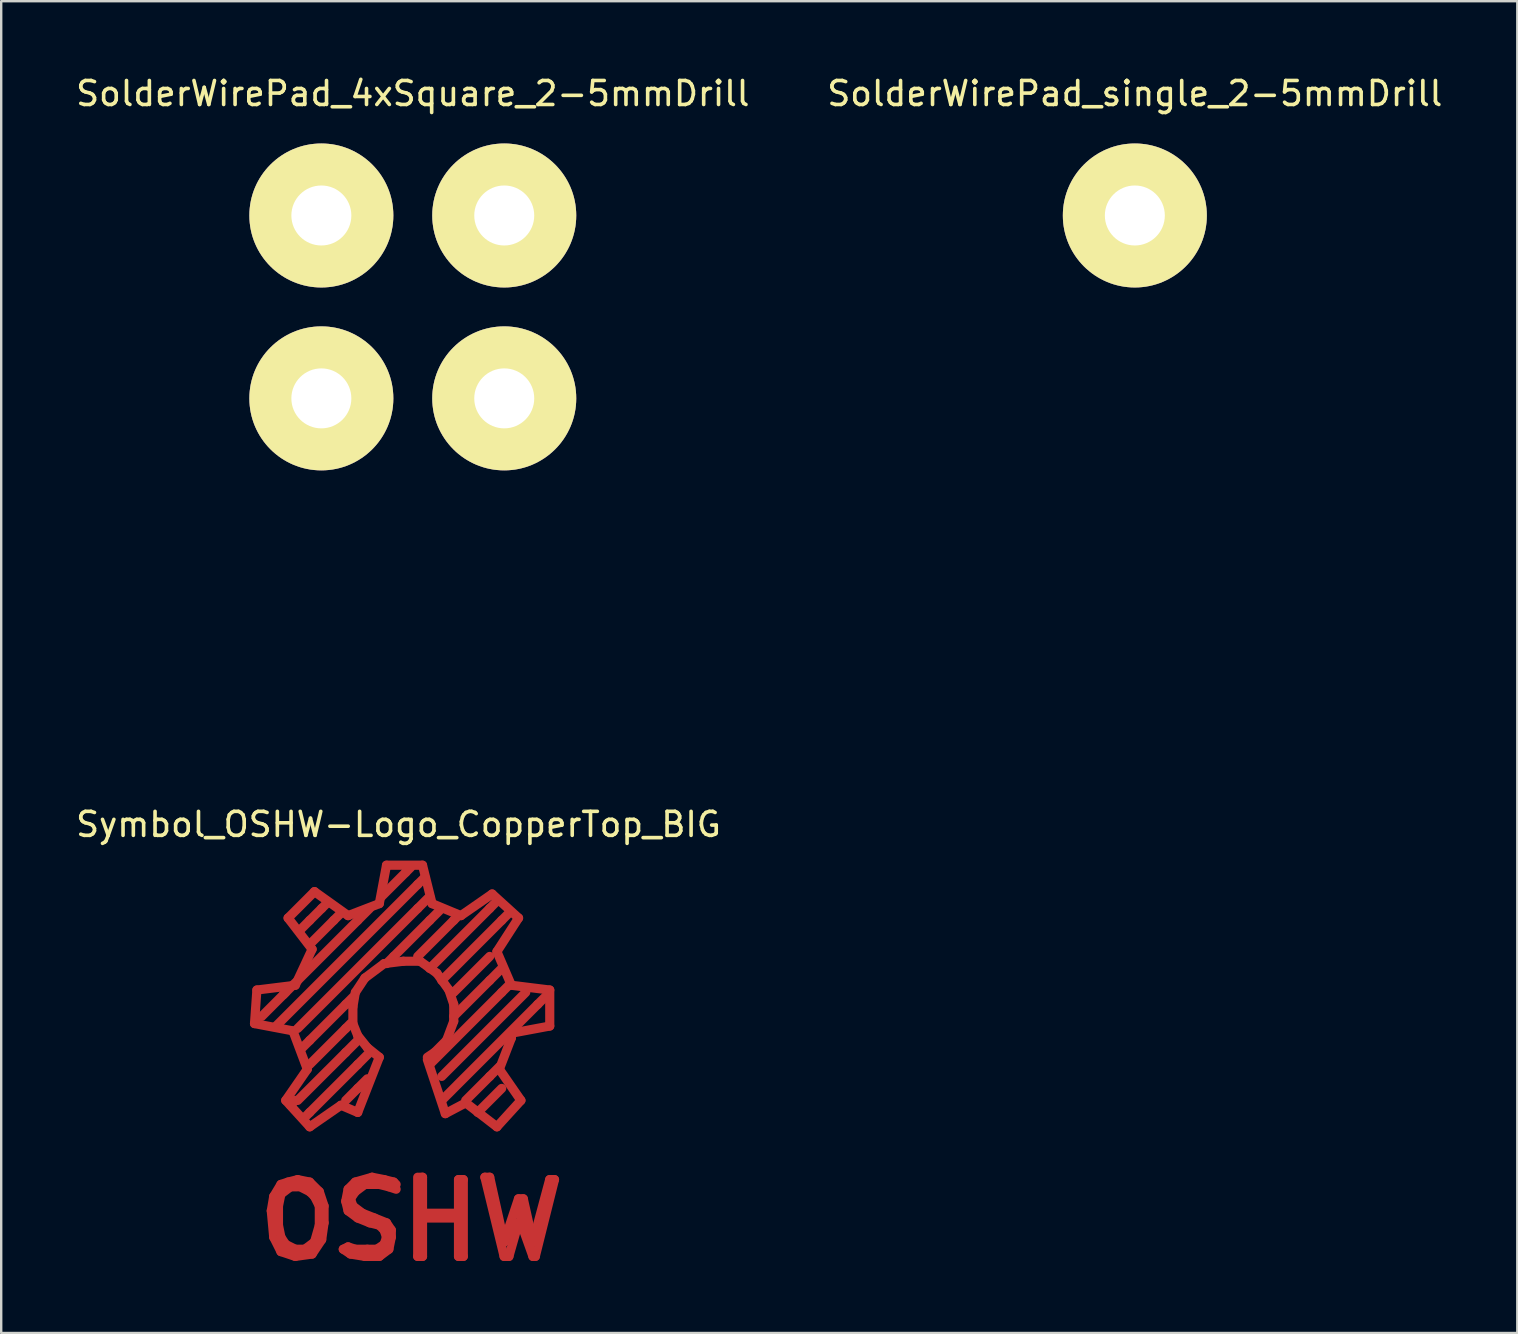
<source format=kicad_pcb>
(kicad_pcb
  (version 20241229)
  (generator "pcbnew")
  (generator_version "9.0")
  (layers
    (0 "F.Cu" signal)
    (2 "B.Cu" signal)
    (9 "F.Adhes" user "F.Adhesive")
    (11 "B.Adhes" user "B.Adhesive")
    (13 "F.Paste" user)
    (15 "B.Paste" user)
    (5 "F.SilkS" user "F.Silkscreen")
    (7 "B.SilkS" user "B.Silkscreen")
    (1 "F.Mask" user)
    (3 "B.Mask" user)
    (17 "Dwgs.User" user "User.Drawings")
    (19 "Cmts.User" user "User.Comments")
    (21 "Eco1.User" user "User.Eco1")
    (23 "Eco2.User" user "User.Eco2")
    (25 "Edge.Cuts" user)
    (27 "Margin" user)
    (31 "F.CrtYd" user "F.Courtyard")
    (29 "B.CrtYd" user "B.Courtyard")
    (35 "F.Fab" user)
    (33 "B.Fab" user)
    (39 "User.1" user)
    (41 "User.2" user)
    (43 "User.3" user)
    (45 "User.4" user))
  (footprint "Symbol_OSHW-Logo_CopperTop_BIG"
    (layer "F.Cu")
    (at 13.853 19.798)
    (property "Reference" "Symbol_OSHW-Logo_CopperTop_BIG" (at -0.3 11.501 0) (layer "F.SilkS") (effects (font (size 1 1) (thickness 0.15))))
    (attr through_hole)
    (fp_line (start -6.299 19.799) (end -4.699 20.102) (stroke (width 0.381) (type solid)) (layer "F.Cu"))
    (fp_line (start -6.2 18.4) (end -6.299 19.799) (stroke (width 0.381) (type solid)) (layer "F.Cu"))
    (fp_line (start -5.601 27.6) (end -5.499 28.699) (stroke (width 0.381) (type solid)) (layer "F.Cu"))
    (fp_line (start -5.499 27) (end -5.601 27.6) (stroke (width 0.381) (type solid)) (layer "F.Cu"))
    (fp_line (start -5.499 28.699) (end -5.199 29.299) (stroke (width 0.381) (type solid)) (layer "F.Cu"))
    (fp_line (start -5.301 27.399) (end -5.301 28.199) (stroke (width 0.381) (type solid)) (layer "F.Cu"))
    (fp_line (start -5.301 28.199) (end -5.199 28.699) (stroke (width 0.381) (type solid)) (layer "F.Cu"))
    (fp_line (start -5.199 26.5) (end -5.499 27) (stroke (width 0.381) (type solid)) (layer "F.Cu"))
    (fp_line (start -5.199 26.901) (end -5.301 27.399) (stroke (width 0.381) (type solid)) (layer "F.Cu"))
    (fp_line (start -5.199 28.699) (end -5.001 28.999) (stroke (width 0.381) (type solid)) (layer "F.Cu"))
    (fp_line (start -5.199 29.299) (end -4.6 29.5) (stroke (width 0.381) (type solid)) (layer "F.Cu"))
    (fp_line (start -5.1 18.6) (end -4.6 18.1) (stroke (width 0.381) (type solid)) (layer "F.Cu"))
    (fp_line (start -5.001 18.499) (end -5.999 19.5) (stroke (width 0.381) (type solid)) (layer "F.Cu"))
    (fp_line (start -5.001 28.999) (end -4.6 29.2) (stroke (width 0.381) (type solid)) (layer "F.Cu"))
    (fp_line (start -4.999 23) (end -3.998 24.1) (stroke (width 0.381) (type solid)) (layer "F.Cu"))
    (fp_line (start -4.9 15.4) (end -3.899 16.701) (stroke (width 0.381) (type solid)) (layer "F.Cu"))
    (fp_line (start -4.9 26.401) (end -5.199 26.5) (stroke (width 0.381) (type solid)) (layer "F.Cu"))
    (fp_line (start -4.801 26.599) (end -5.199 26.901) (stroke (width 0.381) (type solid)) (layer "F.Cu"))
    (fp_line (start -4.699 20.102) (end -4.1 21.699) (stroke (width 0.381) (type solid)) (layer "F.Cu"))
    (fp_line (start -4.6 18.202) (end -6.2 18.4) (stroke (width 0.381) (type solid)) (layer "F.Cu"))
    (fp_line (start -4.6 23) (end -4.801 23.2) (stroke (width 0.381) (type solid)) (layer "F.Cu"))
    (fp_line (start -4.6 29.2) (end -4.201 29.2) (stroke (width 0.381) (type solid)) (layer "F.Cu"))
    (fp_line (start -4.6 29.5) (end -3.899 29.401) (stroke (width 0.381) (type solid)) (layer "F.Cu"))
    (fp_line (start -4.501 26.299) (end -4.9 26.401) (stroke (width 0.381) (type solid)) (layer "F.Cu"))
    (fp_line (start -4.501 26.599) (end -4.801 26.599) (stroke (width 0.381) (type solid)) (layer "F.Cu"))
    (fp_line (start -4.201 29.2) (end -3.8 28.9) (stroke (width 0.381) (type solid)) (layer "F.Cu"))
    (fp_line (start -4.1 21.699) (end -4.999 23) (stroke (width 0.381) (type solid)) (layer "F.Cu"))
    (fp_line (start -4 15.499) (end -4.399 15.9) (stroke (width 0.381) (type solid)) (layer "F.Cu"))
    (fp_line (start -4 20.5) (end -4.3 20.8) (stroke (width 0.381) (type solid)) (layer "F.Cu"))
    (fp_line (start -4 23.5) (end -4.201 23.701) (stroke (width 0.381) (type solid)) (layer "F.Cu"))
    (fp_line (start -4 26.401) (end -4.501 26.299) (stroke (width 0.381) (type solid)) (layer "F.Cu"))
    (fp_line (start -4 26.8) (end -4.399 26.599) (stroke (width 0.381) (type solid)) (layer "F.Cu"))
    (fp_line (start -3.998 24.1) (end -2.7 23.2) (stroke (width 0.381) (type solid)) (layer "F.Cu"))
    (fp_line (start -3.899 16.701) (end -4.6 18.202) (stroke (width 0.381) (type solid)) (layer "F.Cu"))
    (fp_line (start -3.899 29.401) (end -3.5 28.801) (stroke (width 0.381) (type solid)) (layer "F.Cu"))
    (fp_line (start -3.8 14.3) (end -4.9 15.4) (stroke (width 0.381) (type solid)) (layer "F.Cu"))
    (fp_line (start -3.8 27) (end -4 26.8) (stroke (width 0.381) (type solid)) (layer "F.Cu"))
    (fp_line (start -3.8 28.9) (end -3.599 28.199) (stroke (width 0.381) (type solid)) (layer "F.Cu"))
    (fp_line (start -3.599 26.8) (end -4 26.401) (stroke (width 0.381) (type solid)) (layer "F.Cu"))
    (fp_line (start -3.599 27.399) (end -3.8 27) (stroke (width 0.381) (type solid)) (layer "F.Cu"))
    (fp_line (start -3.599 28.199) (end -3.599 27.399) (stroke (width 0.381) (type solid)) (layer "F.Cu"))
    (fp_line (start -3.5 15.001) (end -4 15.499) (stroke (width 0.381) (type solid)) (layer "F.Cu"))
    (fp_line (start -3.5 15.001) (end -3.299 14.801) (stroke (width 0.381) (type solid)) (layer "F.Cu"))
    (fp_line (start -3.5 28.801) (end -3.401 28.1) (stroke (width 0.381) (type solid)) (layer "F.Cu"))
    (fp_line (start -3.401 27.399) (end -3.599 26.8) (stroke (width 0.381) (type solid)) (layer "F.Cu"))
    (fp_line (start -3.401 28.1) (end -3.401 27.399) (stroke (width 0.381) (type solid)) (layer "F.Cu"))
    (fp_line (start -3 15.499) (end -4 16.5) (stroke (width 0.381) (type solid)) (layer "F.Cu"))
    (fp_line (start -3 15.499) (end -2.7 15.199) (stroke (width 0.381) (type solid)) (layer "F.Cu"))
    (fp_line (start -2.7 23.2) (end -1.999 23.5) (stroke (width 0.381) (type solid)) (layer "F.Cu"))
    (fp_line (start -2.601 29.2) (end -2.301 29.401) (stroke (width 0.381) (type solid)) (layer "F.Cu"))
    (fp_line (start -2.499 18.999) (end -4 20.5) (stroke (width 0.381) (type solid)) (layer "F.Cu"))
    (fp_line (start -2.499 18.999) (end -2.2 18.699) (stroke (width 0.381) (type solid)) (layer "F.Cu"))
    (fp_line (start -2.499 20) (end -4 21.501) (stroke (width 0.381) (type solid)) (layer "F.Cu"))
    (fp_line (start -2.499 20) (end -2.301 19.799) (stroke (width 0.381) (type solid)) (layer "F.Cu"))
    (fp_line (start -2.499 21.001) (end -4.501 23) (stroke (width 0.381) (type solid)) (layer "F.Cu"))
    (fp_line (start -2.499 21.001) (end -1.999 20.5) (stroke (width 0.381) (type solid)) (layer "F.Cu"))
    (fp_line (start -2.499 27.201) (end -2.4 27.6) (stroke (width 0.381) (type solid)) (layer "F.Cu"))
    (fp_line (start -2.4 15.301) (end -3.8 14.3) (stroke (width 0.381) (type solid)) (layer "F.Cu"))
    (fp_line (start -2.4 26.7) (end -2.499 27.201) (stroke (width 0.381) (type solid)) (layer "F.Cu"))
    (fp_line (start -2.4 27.6) (end -1.999 27.899) (stroke (width 0.381) (type solid)) (layer "F.Cu"))
    (fp_line (start -2.4 29.101) (end -2.601 29.2) (stroke (width 0.381) (type solid)) (layer "F.Cu"))
    (fp_line (start -2.301 27.099) (end -2.101 26.8) (stroke (width 0.381) (type solid)) (layer "F.Cu"))
    (fp_line (start -2.301 29.401) (end -1.699 29.5) (stroke (width 0.381) (type solid)) (layer "F.Cu"))
    (fp_line (start -2.2 19.101) (end -2.098 18.501) (stroke (width 0.381) (type solid)) (layer "F.Cu"))
    (fp_line (start -2.2 19.799) (end -2.2 19.101) (stroke (width 0.381) (type solid)) (layer "F.Cu"))
    (fp_line (start -2.2 27.399) (end -2.301 27.099) (stroke (width 0.381) (type solid)) (layer "F.Cu"))
    (fp_line (start -2.101 26.401) (end -2.4 26.7) (stroke (width 0.381) (type solid)) (layer "F.Cu"))
    (fp_line (start -2.101 26.8) (end -1.699 26.5) (stroke (width 0.381) (type solid)) (layer "F.Cu"))
    (fp_line (start -2.101 29.2) (end -2.4 29.101) (stroke (width 0.381) (type solid)) (layer "F.Cu"))
    (fp_line (start -2.098 18.501) (end -1.699 17.899) (stroke (width 0.381) (type solid)) (layer "F.Cu"))
    (fp_line (start -1.999 15.499) (end -4.501 18.001) (stroke (width 0.381) (type solid)) (layer "F.Cu"))
    (fp_line (start -1.999 15.499) (end -1.501 15.001) (stroke (width 0.381) (type solid)) (layer "F.Cu"))
    (fp_line (start -1.999 20.3) (end -2.2 19.799) (stroke (width 0.381) (type solid)) (layer "F.Cu"))
    (fp_line (start -1.999 21.501) (end -4 23.5) (stroke (width 0.381) (type solid)) (layer "F.Cu"))
    (fp_line (start -1.999 21.501) (end -1.501 21.001) (stroke (width 0.381) (type solid)) (layer "F.Cu"))
    (fp_line (start -1.999 22.499) (end -2.499 23) (stroke (width 0.381) (type solid)) (layer "F.Cu"))
    (fp_line (start -1.999 22.499) (end -1.6 22.101) (stroke (width 0.381) (type solid)) (layer "F.Cu"))
    (fp_line (start -1.999 23.5) (end -1.1 21.201) (stroke (width 0.381) (type solid)) (layer "F.Cu"))
    (fp_line (start -1.999 27.899) (end -1.501 28.1) (stroke (width 0.381) (type solid)) (layer "F.Cu"))
    (fp_line (start -1.801 27.701) (end -2.2 27.399) (stroke (width 0.381) (type solid)) (layer "F.Cu"))
    (fp_line (start -1.699 17.899) (end -0.899 17.3) (stroke (width 0.381) (type solid)) (layer "F.Cu"))
    (fp_line (start -1.699 26.5) (end -1.1 26.5) (stroke (width 0.381) (type solid)) (layer "F.Cu"))
    (fp_line (start -1.699 29.5) (end -1.1 29.5) (stroke (width 0.381) (type solid)) (layer "F.Cu"))
    (fp_line (start -1.6 20.8) (end -1.999 20.3) (stroke (width 0.381) (type solid)) (layer "F.Cu"))
    (fp_line (start -1.6 29.2) (end -2.101 29.2) (stroke (width 0.381) (type solid)) (layer "F.Cu"))
    (fp_line (start -1.501 28.1) (end -1.1 28.199) (stroke (width 0.381) (type solid)) (layer "F.Cu"))
    (fp_line (start -1.4 26.2) (end -2.101 26.401) (stroke (width 0.381) (type solid)) (layer "F.Cu"))
    (fp_line (start -1.3 27.899) (end -1.801 27.701) (stroke (width 0.381) (type solid)) (layer "F.Cu"))
    (fp_line (start -1.199 29.2) (end -1.6 29.2) (stroke (width 0.381) (type solid)) (layer "F.Cu"))
    (fp_line (start -1.1 14.801) (end -2.4 15.301) (stroke (width 0.381) (type solid)) (layer "F.Cu"))
    (fp_line (start -1.1 21.201) (end -1.6 20.8) (stroke (width 0.381) (type solid)) (layer "F.Cu"))
    (fp_line (start -1.1 26.5) (end -0.701 26.599) (stroke (width 0.381) (type solid)) (layer "F.Cu"))
    (fp_line (start -1.1 28.199) (end -0.899 28.4) (stroke (width 0.381) (type solid)) (layer "F.Cu"))
    (fp_line (start -1.1 29.5) (end -0.701 29.2) (stroke (width 0.381) (type solid)) (layer "F.Cu"))
    (fp_line (start -0.899 17.3) (end -0.099 17.201) (stroke (width 0.381) (type solid)) (layer "F.Cu"))
    (fp_line (start -0.899 26.299) (end -1.4 26.2) (stroke (width 0.381) (type solid)) (layer "F.Cu"))
    (fp_line (start -0.899 28.4) (end -0.8 28.699) (stroke (width 0.381) (type solid)) (layer "F.Cu"))
    (fp_line (start -0.899 28.999) (end -1.199 29.2) (stroke (width 0.381) (type solid)) (layer "F.Cu"))
    (fp_line (start -0.8 13.2) (end -1.1 14.801) (stroke (width 0.381) (type solid)) (layer "F.Cu"))
    (fp_line (start -0.8 28.1) (end -1.3 27.899) (stroke (width 0.381) (type solid)) (layer "F.Cu"))
    (fp_line (start -0.8 28.699) (end -0.899 28.999) (stroke (width 0.381) (type solid)) (layer "F.Cu"))
    (fp_line (start -0.701 26.599) (end -0.399 26.7) (stroke (width 0.381) (type solid)) (layer "F.Cu"))
    (fp_line (start -0.701 29.2) (end -0.599 28.699) (stroke (width 0.381) (type solid)) (layer "F.Cu"))
    (fp_line (start -0.599 28.4) (end -0.8 28.1) (stroke (width 0.381) (type solid)) (layer "F.Cu"))
    (fp_line (start -0.599 28.699) (end -0.599 28.4) (stroke (width 0.381) (type solid)) (layer "F.Cu"))
    (fp_line (start -0.5 17) (end -0.8 17.3) (stroke (width 0.381) (type solid)) (layer "F.Cu"))
    (fp_line (start -0.5 26.401) (end -0.899 26.299) (stroke (width 0.381) (type solid)) (layer "F.Cu"))
    (fp_line (start -0.399 26.5) (end -0.5 26.401) (stroke (width 0.381) (type solid)) (layer "F.Cu"))
    (fp_line (start -0.099 17.201) (end 0.602 17.201) (stroke (width 0.381) (type solid)) (layer "F.Cu"))
    (fp_line (start 0 13.5) (end -1.001 14.501) (stroke (width 0.381) (type solid)) (layer "F.Cu"))
    (fp_line (start 0 13.5) (end 0.201 13.299) (stroke (width 0.381) (type solid)) (layer "F.Cu"))
    (fp_line (start 0.5 14) (end -5.4 19.901) (stroke (width 0.381) (type solid)) (layer "F.Cu"))
    (fp_line (start 0.5 14) (end 0.8 13.701) (stroke (width 0.381) (type solid)) (layer "F.Cu"))
    (fp_line (start 0.5 15.001) (end -4.501 20) (stroke (width 0.381) (type solid)) (layer "F.Cu"))
    (fp_line (start 0.5 15.001) (end 1.001 14.501) (stroke (width 0.381) (type solid)) (layer "F.Cu"))
    (fp_line (start 0.5 26.2) (end 0.5 29.5) (stroke (width 0.381) (type solid)) (layer "F.Cu"))
    (fp_line (start 0.5 29.5) (end 0.701 29.5) (stroke (width 0.381) (type solid)) (layer "F.Cu"))
    (fp_line (start 0.599 27.701) (end 2.101 27.701) (stroke (width 0.381) (type solid)) (layer "F.Cu"))
    (fp_line (start 0.602 17.201) (end 1.3 17.701) (stroke (width 0.381) (type solid)) (layer "F.Cu"))
    (fp_line (start 0.701 13.2) (end -0.8 13.2) (stroke (width 0.381) (type solid)) (layer "F.Cu"))
    (fp_line (start 0.701 26.2) (end 0.599 26.2) (stroke (width 0.381) (type solid)) (layer "F.Cu"))
    (fp_line (start 0.701 29.5) (end 0.701 26.2) (stroke (width 0.381) (type solid)) (layer "F.Cu"))
    (fp_line (start 0.902 21.3) (end 1.651 23.551) (stroke (width 0.381) (type solid)) (layer "F.Cu"))
    (fp_line (start 1.001 15.499) (end -0.5 17) (stroke (width 0.381) (type solid)) (layer "F.Cu"))
    (fp_line (start 1.001 15.499) (end 1.4 15.1) (stroke (width 0.381) (type solid)) (layer "F.Cu"))
    (fp_line (start 1.1 14.801) (end 0.701 13.2) (stroke (width 0.381) (type solid)) (layer "F.Cu"))
    (fp_line (start 1.201 21.001) (end 0.902 21.201) (stroke (width 0.381) (type solid)) (layer "F.Cu"))
    (fp_line (start 1.3 17.701) (end 1.801 18.4) (stroke (width 0.381) (type solid)) (layer "F.Cu"))
    (fp_line (start 1.651 23.551) (end 2.502 23.101) (stroke (width 0.381) (type solid)) (layer "F.Cu"))
    (fp_line (start 1.702 20.5) (end 1.201 21.001) (stroke (width 0.381) (type solid)) (layer "F.Cu"))
    (fp_line (start 1.801 18.4) (end 2.002 18.999) (stroke (width 0.381) (type solid)) (layer "F.Cu"))
    (fp_line (start 1.999 15.499) (end 0.5 17) (stroke (width 0.381) (type solid)) (layer "F.Cu"))
    (fp_line (start 1.999 15.499) (end 2.101 15.4) (stroke (width 0.381) (type solid)) (layer "F.Cu"))
    (fp_line (start 2.002 18.999) (end 2.002 19.7) (stroke (width 0.381) (type solid)) (layer "F.Cu"))
    (fp_line (start 2.002 19.7) (end 1.702 20.5) (stroke (width 0.381) (type solid)) (layer "F.Cu"))
    (fp_line (start 2.101 27.701) (end 2.101 27.899) (stroke (width 0.381) (type solid)) (layer "F.Cu"))
    (fp_line (start 2.101 27.899) (end 0.701 27.899) (stroke (width 0.381) (type solid)) (layer "F.Cu"))
    (fp_line (start 2.2 26.299) (end 2.2 29.5) (stroke (width 0.381) (type solid)) (layer "F.Cu"))
    (fp_line (start 2.2 29.5) (end 2.4 29.5) (stroke (width 0.381) (type solid)) (layer "F.Cu"))
    (fp_line (start 2.301 15.301) (end 1.1 14.801) (stroke (width 0.381) (type solid)) (layer "F.Cu"))
    (fp_line (start 2.4 26.299) (end 2.2 26.299) (stroke (width 0.381) (type solid)) (layer "F.Cu"))
    (fp_line (start 2.4 29.5) (end 2.4 26.299) (stroke (width 0.381) (type solid)) (layer "F.Cu"))
    (fp_line (start 2.502 23.101) (end 3.8 24.1) (stroke (width 0.381) (type solid)) (layer "F.Cu"))
    (fp_line (start 3.299 26.2) (end 4.1 29.5) (stroke (width 0.381) (type solid)) (layer "F.Cu"))
    (fp_line (start 3.5 15.001) (end 1.001 17.501) (stroke (width 0.381) (type solid)) (layer "F.Cu"))
    (fp_line (start 3.5 15.001) (end 3.8 14.699) (stroke (width 0.381) (type solid)) (layer "F.Cu"))
    (fp_line (start 3.5 17) (end 1.999 18.499) (stroke (width 0.381) (type solid)) (layer "F.Cu"))
    (fp_line (start 3.5 18.001) (end 1.999 19.5) (stroke (width 0.381) (type solid)) (layer "F.Cu"))
    (fp_line (start 3.5 18.001) (end 4 17.501) (stroke (width 0.381) (type solid)) (layer "F.Cu"))
    (fp_line (start 3.5 21.999) (end 2.499 23) (stroke (width 0.381) (type solid)) (layer "F.Cu"))
    (fp_line (start 3.5 21.999) (end 3.899 21.6) (stroke (width 0.381) (type solid)) (layer "F.Cu"))
    (fp_line (start 3.5 26.2) (end 3.299 26.2) (stroke (width 0.381) (type solid)) (layer "F.Cu"))
    (fp_line (start 3.602 14.399) (end 2.301 15.301) (stroke (width 0.381) (type solid)) (layer "F.Cu"))
    (fp_line (start 3.8 16.8) (end 4.702 15.4) (stroke (width 0.381) (type solid)) (layer "F.Cu"))
    (fp_line (start 3.8 24.1) (end 4.801 23) (stroke (width 0.381) (type solid)) (layer "F.Cu"))
    (fp_line (start 3.901 21.699) (end 4.402 20.401) (stroke (width 0.381) (type solid)) (layer "F.Cu"))
    (fp_line (start 4 15.499) (end 1.501 18.001) (stroke (width 0.381) (type solid)) (layer "F.Cu"))
    (fp_line (start 4 15.499) (end 4.3 15.199) (stroke (width 0.381) (type solid)) (layer "F.Cu"))
    (fp_line (start 4 18.499) (end 1.001 21.501) (stroke (width 0.381) (type solid)) (layer "F.Cu"))
    (fp_line (start 4 18.499) (end 4.3 18.199) (stroke (width 0.381) (type solid)) (layer "F.Cu"))
    (fp_line (start 4 22.499) (end 3 23.5) (stroke (width 0.381) (type solid)) (layer "F.Cu"))
    (fp_line (start 4.1 28.9) (end 3.5 26.2) (stroke (width 0.381) (type solid)) (layer "F.Cu"))
    (fp_line (start 4.1 29.5) (end 4.3 29.5) (stroke (width 0.381) (type solid)) (layer "F.Cu"))
    (fp_line (start 4.3 29.5) (end 4.699 28.1) (stroke (width 0.381) (type solid)) (layer "F.Cu"))
    (fp_line (start 4.402 18.202) (end 3.8 16.8) (stroke (width 0.381) (type solid)) (layer "F.Cu"))
    (fp_line (start 4.402 20.201) (end 6.002 19.901) (stroke (width 0.381) (type solid)) (layer "F.Cu"))
    (fp_line (start 4.402 20.401) (end 4.402 20.201) (stroke (width 0.381) (type solid)) (layer "F.Cu"))
    (fp_line (start 4.699 27.099) (end 4.1 28.9) (stroke (width 0.381) (type solid)) (layer "F.Cu"))
    (fp_line (start 4.699 28.1) (end 4.801 28.1) (stroke (width 0.381) (type solid)) (layer "F.Cu"))
    (fp_line (start 4.702 15.4) (end 3.602 14.399) (stroke (width 0.381) (type solid)) (layer "F.Cu"))
    (fp_line (start 4.801 23) (end 3.901 21.699) (stroke (width 0.381) (type solid)) (layer "F.Cu"))
    (fp_line (start 4.801 27.3) (end 4.801 27.899) (stroke (width 0.381) (type solid)) (layer "F.Cu"))
    (fp_line (start 4.801 28.1) (end 5.301 29.5) (stroke (width 0.381) (type solid)) (layer "F.Cu"))
    (fp_line (start 4.9 27.099) (end 4.699 27.099) (stroke (width 0.381) (type solid)) (layer "F.Cu"))
    (fp_line (start 5.001 18.499) (end 1.501 21.999) (stroke (width 0.381) (type solid)) (layer "F.Cu"))
    (fp_line (start 5.301 28.9) (end 4.9 27.099) (stroke (width 0.381) (type solid)) (layer "F.Cu"))
    (fp_line (start 5.301 29.5) (end 5.4 29.5) (stroke (width 0.381) (type solid)) (layer "F.Cu"))
    (fp_line (start 5.4 29.5) (end 6.2 26.299) (stroke (width 0.381) (type solid)) (layer "F.Cu"))
    (fp_line (start 5.499 18.999) (end 1.501 23) (stroke (width 0.381) (type solid)) (layer "F.Cu"))
    (fp_line (start 5.499 18.999) (end 5.9 18.6) (stroke (width 0.381) (type solid)) (layer "F.Cu"))
    (fp_line (start 5.999 26.299) (end 5.301 28.9) (stroke (width 0.381) (type solid)) (layer "F.Cu"))
    (fp_line (start 6.002 18.4) (end 4.402 18.202) (stroke (width 0.381) (type solid)) (layer "F.Cu"))
    (fp_line (start 6.002 19.901) (end 6.002 18.4) (stroke (width 0.381) (type solid)) (layer "F.Cu"))
    (fp_line (start 6.2 26.299) (end 5.999 26.299) (stroke (width 0.381) (type solid)) (layer "F.Cu")))
  (footprint "SolderWirePad_4xSquare_2-5mmDrill"
    (layer "F.Cu")
    (at 14.149 9.738)
    (property "Reference" "SolderWirePad_4xSquare_2-5mmDrill" (at 0 -8.89 0) (layer "F.SilkS") (effects (font (size 1 1) (thickness 0.15))))
    (attr through_hole)
    (pad "1" thru_hole circle (at -3.81 -3.81) (size 5.999 5.999) (drill 2.499) (layers "*.Cu" "*.Mask" "F.SilkS"))
    (pad "1" thru_hole circle (at -3.81 3.81) (size 5.999 5.999) (drill 2.499) (layers "*.Cu" "*.Mask" "F.SilkS"))
    (pad "1" thru_hole circle (at 3.81 -3.81) (size 5.999 5.999) (drill 2.499) (layers "*.Cu" "*.Mask" "F.SilkS"))
    (pad "1" thru_hole circle (at 3.81 3.81) (size 5.999 5.999) (drill 2.499) (layers "*.Cu" "*.Mask" "F.SilkS")))
  (footprint "SolderWirePad_single_2-5mmDrill"
    (layer "F.Cu")
    (at 44.232 5.928)
    (property "Reference" "SolderWirePad_single_2-5mmDrill" (at 0 -5.08 0) (layer "F.SilkS") (effects (font (size 1 1) (thickness 0.15))))
    (attr through_hole)
    (pad "1" thru_hole circle (at 0 0) (size 5.999 5.999) (drill 2.499) (layers "*.Cu" "*.Mask" "F.SilkS")))
  (gr_rect
    (start -3 -3)
    (end 60.167 52.488)
    (stroke (width 0.1) (type default))
    (fill no)
    (layer "Edge.Cuts")))
</source>
